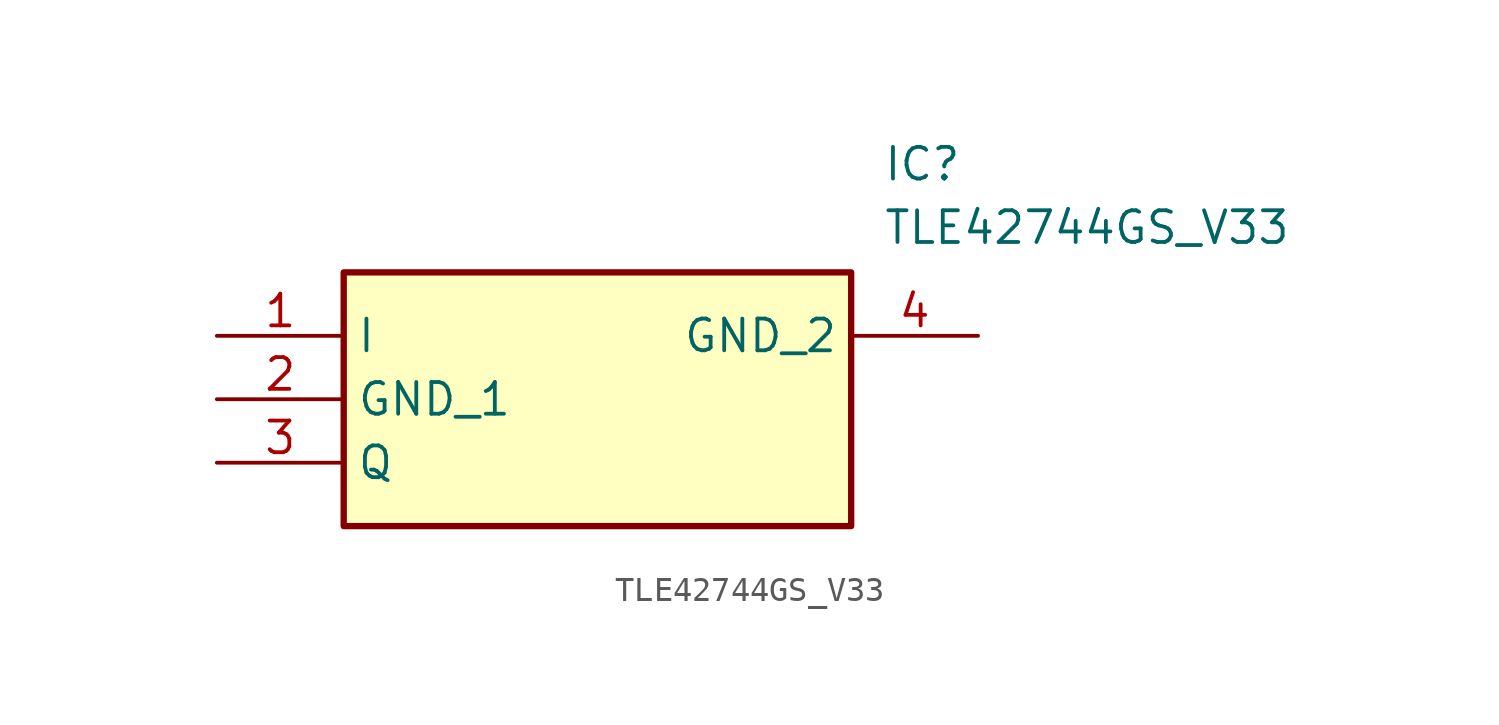
<source format=kicad_sym>
(kicad_symbol_lib
  (version 20211014)
  (generator SamacSys_ECAD_Model)
  (symbol "TLE42744GS_V33"
    (property "Reference" "IC"
      (at 26.67 7.62 0)
      (effects (font (size 1.27 1.27)) (justify left top)))
    (property "Value" "TLE42744GS_V33"
      (at 26.67 5.08 0)
      (effects (font (size 1.27 1.27)) (justify left top)))
    (rectangle
      (start 5.08 2.54)
      (end 25.4 -7.62)
      (stroke (width 0.254) (type default))
      (fill (type background)))
    (pin passive line
      (at 0 0 0)
      (length 5.08)
      (name "I" (effects (font (size 1.27 1.27))))
      (number "1" (effects (font (size 1.27 1.27)))))
    (pin passive line
      (at 0 -2.54 0)
      (length 5.08)
      (name "GND_1" (effects (font (size 1.27 1.27))))
      (number "2" (effects (font (size 1.27 1.27)))))
    (pin passive line
      (at 0 -5.08 0)
      (length 5.08)
      (name "Q" (effects (font (size 1.27 1.27))))
      (number "3" (effects (font (size 1.27 1.27)))))
    (pin passive line
      (at 30.48 0 180)
      (length 5.08)
      (name "GND_2" (effects (font (size 1.27 1.27))))
      (number "4" (effects (font (size 1.27 1.27)))))))
</source>
